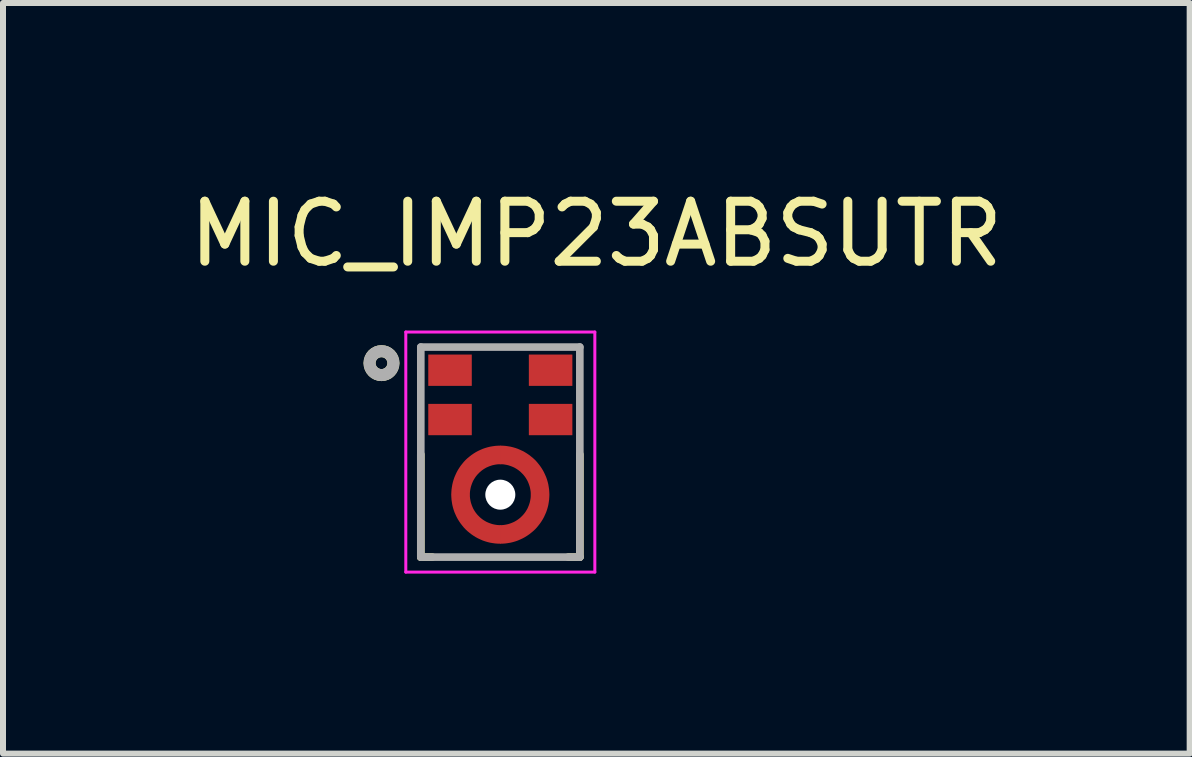
<source format=kicad_pcb>
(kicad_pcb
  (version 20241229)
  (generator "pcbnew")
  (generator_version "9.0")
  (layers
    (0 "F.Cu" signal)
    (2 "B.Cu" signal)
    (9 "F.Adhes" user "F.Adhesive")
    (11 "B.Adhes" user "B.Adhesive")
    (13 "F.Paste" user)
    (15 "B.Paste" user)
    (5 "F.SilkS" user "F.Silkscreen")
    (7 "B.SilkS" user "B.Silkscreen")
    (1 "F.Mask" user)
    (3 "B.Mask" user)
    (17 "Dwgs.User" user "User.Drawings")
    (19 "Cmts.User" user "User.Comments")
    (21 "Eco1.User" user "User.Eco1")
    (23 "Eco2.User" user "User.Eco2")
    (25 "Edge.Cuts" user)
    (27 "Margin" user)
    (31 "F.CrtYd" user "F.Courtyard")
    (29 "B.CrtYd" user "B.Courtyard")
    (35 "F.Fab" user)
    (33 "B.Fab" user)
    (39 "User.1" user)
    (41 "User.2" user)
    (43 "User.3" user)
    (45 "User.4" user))
  (footprint "MIC_IMP23ABSUTR"
    (layer "F.Cu")
    (at 5.287 4.483)
    (property "Reference" "MIC_IMP23ABSUTR" (at 1.6 -3.635 0) (layer "F.SilkS") (effects (font (size 1 1) (thickness 0.15))))
    (attr smd)
    (fp_poly (pts (xy 0 -0.203) (xy 0 0.297) (xy -0.022 0.298) (xy -0.043 0.3) (xy -0.065 0.303) (xy -0.086 0.307) (xy -0.107 0.312) (xy -0.127 0.318) (xy -0.148 0.325) (xy -0.168 0.333) (xy -0.187 0.342) (xy -0.206 0.353) (xy -0.225 0.364) (xy -0.242 0.376) (xy -0.26 0.389) (xy -0.276 0.403) (xy -0.292 0.418) (xy -0.307 0.434) (xy -0.321 0.45) (xy -0.334 0.468) (xy -0.346 0.485) (xy -0.357 0.504) (xy -0.368 0.523) (xy -0.377 0.542) (xy -0.385 0.562) (xy -0.392 0.583) (xy -0.398 0.603) (xy -0.403 0.624) (xy -0.407 0.645) (xy -0.41 0.667) (xy -0.412 0.688) (xy -0.412 0.71) (xy -0.412 0.732) (xy -0.41 0.753) (xy -0.407 0.775) (xy -0.403 0.796) (xy -0.398 0.817) (xy -0.392 0.837) (xy -0.385 0.858) (xy -0.377 0.878) (xy -0.368 0.897) (xy -0.357 0.916) (xy -0.346 0.935) (xy -0.334 0.952) (xy -0.321 0.97) (xy -0.307 0.986) (xy -0.292 1.002) (xy -0.276 1.017) (xy -0.26 1.031) (xy -0.242 1.044) (xy -0.225 1.056) (xy -0.206 1.067) (xy -0.187 1.078) (xy -0.168 1.087) (xy -0.148 1.095) (xy -0.127 1.102) (xy -0.107 1.108) (xy -0.086 1.113) (xy -0.065 1.117) (xy -0.043 1.12) (xy -0.022 1.122) (xy 0 1.123) (xy 0 1.623) (xy -0.048 1.621) (xy -0.095 1.618) (xy -0.143 1.611) (xy -0.19 1.603) (xy -0.236 1.591) (xy -0.282 1.578) (xy -0.327 1.562) (xy -0.371 1.544) (xy -0.414 1.523) (xy -0.456 1.5) (xy -0.497 1.475) (xy -0.536 1.448) (xy -0.574 1.419) (xy -0.611 1.388) (xy -0.645 1.355) (xy -0.678 1.321) (xy -0.709 1.284) (xy -0.738 1.246) (xy -0.765 1.207) (xy -0.79 1.166) (xy -0.813 1.124) (xy -0.834 1.081) (xy -0.852 1.037) (xy -0.868 0.992) (xy -0.881 0.946) (xy -0.893 0.9) (xy -0.901 0.853) (xy -0.908 0.805) (xy -0.911 0.758) (xy -0.912 0.71) (xy -0.911 0.662) (xy -0.908 0.615) (xy -0.901 0.567) (xy -0.893 0.52) (xy -0.881 0.474) (xy -0.868 0.428) (xy -0.852 0.383) (xy -0.834 0.339) (xy -0.813 0.296) (xy -0.79 0.254) (xy -0.765 0.213) (xy -0.738 0.174) (xy -0.709 0.136) (xy -0.678 0.099) (xy -0.645 0.065) (xy -0.611 0.032) (xy -0.574 0.001) (xy -0.536 -0.028) (xy -0.497 -0.055) (xy -0.456 -0.08) (xy -0.414 -0.103) (xy -0.371 -0.124) (xy -0.327 -0.142) (xy -0.282 -0.158) (xy -0.236 -0.171) (xy -0.19 -0.183) (xy -0.143 -0.191) (xy -0.095 -0.198) (xy -0.048 -0.201) (xy 0 -0.203) (xy 0 -0.203)) (stroke (width 0.01) (type solid)) (fill yes) (layer "F.Mask"))
    (fp_poly (pts (xy 0 1.623) (xy 0 1.123) (xy 0.022 1.122) (xy 0.043 1.12) (xy 0.065 1.117) (xy 0.086 1.113) (xy 0.107 1.108) (xy 0.127 1.102) (xy 0.148 1.095) (xy 0.168 1.087) (xy 0.187 1.078) (xy 0.206 1.067) (xy 0.225 1.056) (xy 0.242 1.044) (xy 0.26 1.031) (xy 0.276 1.017) (xy 0.292 1.002) (xy 0.307 0.986) (xy 0.321 0.97) (xy 0.334 0.952) (xy 0.346 0.935) (xy 0.357 0.916) (xy 0.368 0.897) (xy 0.377 0.878) (xy 0.385 0.858) (xy 0.392 0.837) (xy 0.398 0.817) (xy 0.403 0.796) (xy 0.407 0.775) (xy 0.41 0.753) (xy 0.412 0.732) (xy 0.412 0.71) (xy 0.412 0.688) (xy 0.41 0.667) (xy 0.407 0.645) (xy 0.403 0.624) (xy 0.398 0.603) (xy 0.392 0.583) (xy 0.385 0.562) (xy 0.377 0.542) (xy 0.368 0.523) (xy 0.357 0.504) (xy 0.346 0.485) (xy 0.334 0.468) (xy 0.321 0.45) (xy 0.307 0.434) (xy 0.292 0.418) (xy 0.276 0.403) (xy 0.26 0.389) (xy 0.242 0.376) (xy 0.225 0.364) (xy 0.206 0.353) (xy 0.187 0.342) (xy 0.168 0.333) (xy 0.148 0.325) (xy 0.127 0.318) (xy 0.107 0.312) (xy 0.086 0.307) (xy 0.065 0.303) (xy 0.043 0.3) (xy 0.022 0.298) (xy 0 0.297) (xy 0 -0.203) (xy 0.048 -0.201) (xy 0.095 -0.198) (xy 0.143 -0.191) (xy 0.19 -0.183) (xy 0.236 -0.171) (xy 0.282 -0.158) (xy 0.327 -0.142) (xy 0.371 -0.124) (xy 0.414 -0.103) (xy 0.456 -0.08) (xy 0.497 -0.055) (xy 0.536 -0.028) (xy 0.574 0.001) (xy 0.611 0.032) (xy 0.645 0.065) (xy 0.678 0.099) (xy 0.709 0.136) (xy 0.738 0.174) (xy 0.765 0.213) (xy 0.79 0.254) (xy 0.813 0.296) (xy 0.834 0.339) (xy 0.852 0.383) (xy 0.868 0.428) (xy 0.881 0.474) (xy 0.893 0.52) (xy 0.901 0.567) (xy 0.908 0.615) (xy 0.911 0.662) (xy 0.912 0.71) (xy 0.911 0.758) (xy 0.908 0.805) (xy 0.901 0.853) (xy 0.893 0.9) (xy 0.881 0.946) (xy 0.868 0.992) (xy 0.852 1.037) (xy 0.834 1.081) (xy 0.813 1.124) (xy 0.79 1.166) (xy 0.765 1.207) (xy 0.738 1.246) (xy 0.709 1.284) (xy 0.678 1.321) (xy 0.645 1.355) (xy 0.611 1.388) (xy 0.574 1.419) (xy 0.536 1.448) (xy 0.497 1.475) (xy 0.456 1.5) (xy 0.414 1.523) (xy 0.371 1.544) (xy 0.327 1.562) (xy 0.282 1.578) (xy 0.236 1.591) (xy 0.19 1.603) (xy 0.143 1.611) (xy 0.095 1.618) (xy 0.048 1.621) (xy 0 1.623) (xy 0 1.623)) (stroke (width 0.01) (type solid)) (fill yes) (layer "F.Mask"))
    (fp_line (start -1.325 1.75) (end -1.325 0.039) (stroke (width 0.127) (type solid)) (layer "F.SilkS"))
    (fp_line (start -1.133 1.75) (end -1.325 1.75) (stroke (width 0.127) (type solid)) (layer "F.SilkS"))
    (fp_line (start 1.325 1.75) (end 1.133 1.75) (stroke (width 0.127) (type solid)) (layer "F.SilkS"))
    (fp_line (start 1.325 1.75) (end 1.325 0.039) (stroke (width 0.127) (type solid)) (layer "F.SilkS"))
    (fp_circle (center -1.98 -1.482) (end -1.881 -1.482) (stroke (width 0.2) (type solid)) (fill no) (layer "F.SilkS"))
    (fp_poly (pts (xy -1.157 -1.594) (xy -0.517 -1.594) (xy -0.517 -1.134) (xy -1.157 -1.134)) (stroke (width 0.01) (type solid)) (fill yes) (layer "F.Paste"))
    (fp_poly (pts (xy -1.157 -0.772) (xy -0.517 -0.772) (xy -0.517 -0.312) (xy -1.157 -0.312)) (stroke (width 0.01) (type solid)) (fill yes) (layer "F.Paste"))
    (fp_poly (pts (xy 0.517 -1.594) (xy 1.157 -1.594) (xy 1.157 -1.134) (xy 0.517 -1.134)) (stroke (width 0.01) (type solid)) (fill yes) (layer "F.Paste"))
    (fp_poly (pts (xy 0.517 -0.772) (xy 1.157 -0.772) (xy 1.157 -0.312) (xy 0.517 -0.312)) (stroke (width 0.01) (type solid)) (fill yes) (layer "F.Paste"))
    (fp_poly (pts (xy -0.15 1.51) (xy -0.15 1.2) (xy -0.151 1.2) (xy -0.171 1.194) (xy -0.191 1.186) (xy -0.211 1.177) (xy -0.231 1.168) (xy -0.25 1.158) (xy -0.269 1.147) (xy -0.287 1.135) (xy -0.305 1.122) (xy -0.322 1.109) (xy -0.339 1.095) (xy -0.355 1.08) (xy -0.37 1.065) (xy -0.385 1.049) (xy -0.399 1.032) (xy -0.412 1.015) (xy -0.425 0.997) (xy -0.436 0.979) (xy -0.447 0.96) (xy -0.458 0.941) (xy -0.467 0.922) (xy -0.476 0.901) (xy -0.483 0.881) (xy -0.49 0.86) (xy -0.496 0.84) (xy -0.501 0.818) (xy -0.505 0.797) (xy -0.508 0.776) (xy -0.511 0.754) (xy -0.512 0.732) (xy -0.512 0.71) (xy -0.512 0.686) (xy -0.511 0.665) (xy -0.508 0.643) (xy -0.505 0.622) (xy -0.501 0.6) (xy -0.496 0.579) (xy -0.49 0.559) (xy -0.483 0.538) (xy -0.476 0.518) (xy -0.467 0.498) (xy -0.458 0.478) (xy -0.448 0.459) (xy -0.437 0.441) (xy -0.425 0.422) (xy -0.413 0.405) (xy -0.399 0.388) (xy -0.385 0.371) (xy -0.371 0.355) (xy -0.355 0.34) (xy -0.34 0.325) (xy -0.323 0.311) (xy -0.306 0.298) (xy -0.288 0.286) (xy -0.27 0.274) (xy -0.251 0.263) (xy -0.232 0.253) (xy -0.213 0.244) (xy -0.193 0.235) (xy -0.173 0.227) (xy -0.15 0.22) (xy -0.15 -0.09) (xy -0.192 -0.081) (xy -0.228 -0.071) (xy -0.263 -0.06) (xy -0.298 -0.047) (xy -0.333 -0.033) (xy -0.366 -0.017) (xy -0.399 0.001) (xy -0.431 0.02) (xy -0.463 0.041) (xy -0.493 0.062) (xy -0.522 0.086) (xy -0.55 0.11) (xy -0.577 0.136) (xy -0.603 0.163) (xy -0.627 0.192) (xy -0.65 0.221) (xy -0.672 0.251) (xy -0.692 0.283) (xy -0.711 0.315) (xy -0.728 0.348) (xy -0.744 0.382) (xy -0.758 0.416) (xy -0.771 0.452) (xy -0.782 0.487) (xy -0.791 0.523) (xy -0.799 0.56) (xy -0.805 0.597) (xy -0.809 0.634) (xy -0.812 0.671) (xy -0.813 0.71) (xy -0.812 0.745) (xy -0.809 0.783) (xy -0.805 0.82) (xy -0.799 0.857) (xy -0.791 0.894) (xy -0.782 0.93) (xy -0.771 0.966) (xy -0.758 1.001) (xy -0.744 1.036) (xy -0.728 1.07) (xy -0.71 1.103) (xy -0.691 1.136) (xy -0.671 1.167) (xy -0.649 1.198) (xy -0.626 1.227) (xy -0.601 1.256) (xy -0.575 1.283) (xy -0.548 1.309) (xy -0.52 1.334) (xy -0.491 1.357) (xy -0.46 1.379) (xy -0.429 1.4) (xy -0.397 1.419) (xy -0.364 1.437) (xy -0.33 1.453) (xy -0.295 1.468) (xy -0.26 1.481) (xy -0.224 1.492) (xy -0.188 1.502) (xy -0.15 1.51)) (stroke (width 0.01) (type solid)) (fill yes) (layer "F.Paste"))
    (fp_poly (pts (xy 0.15 -0.09) (xy 0.15 0.22) (xy 0.151 0.22) (xy 0.171 0.226) (xy 0.191 0.234) (xy 0.211 0.243) (xy 0.231 0.252) (xy 0.25 0.262) (xy 0.269 0.273) (xy 0.287 0.285) (xy 0.305 0.298) (xy 0.322 0.311) (xy 0.339 0.325) (xy 0.355 0.34) (xy 0.37 0.355) (xy 0.385 0.371) (xy 0.399 0.388) (xy 0.412 0.405) (xy 0.425 0.423) (xy 0.436 0.441) (xy 0.447 0.46) (xy 0.458 0.479) (xy 0.467 0.498) (xy 0.476 0.519) (xy 0.483 0.539) (xy 0.49 0.56) (xy 0.496 0.58) (xy 0.501 0.602) (xy 0.505 0.623) (xy 0.508 0.644) (xy 0.511 0.666) (xy 0.512 0.688) (xy 0.512 0.71) (xy 0.512 0.734) (xy 0.511 0.755) (xy 0.508 0.777) (xy 0.505 0.798) (xy 0.501 0.82) (xy 0.496 0.841) (xy 0.49 0.861) (xy 0.483 0.882) (xy 0.476 0.902) (xy 0.467 0.922) (xy 0.458 0.942) (xy 0.448 0.961) (xy 0.437 0.979) (xy 0.425 0.998) (xy 0.413 1.015) (xy 0.399 1.032) (xy 0.385 1.049) (xy 0.371 1.065) (xy 0.355 1.08) (xy 0.34 1.095) (xy 0.323 1.109) (xy 0.306 1.122) (xy 0.288 1.134) (xy 0.27 1.146) (xy 0.251 1.157) (xy 0.232 1.167) (xy 0.213 1.176) (xy 0.193 1.185) (xy 0.173 1.193) (xy 0.15 1.2) (xy 0.15 1.51) (xy 0.192 1.501) (xy 0.228 1.491) (xy 0.263 1.48) (xy 0.298 1.467) (xy 0.333 1.453) (xy 0.366 1.437) (xy 0.399 1.419) (xy 0.431 1.4) (xy 0.463 1.379) (xy 0.493 1.358) (xy 0.522 1.334) (xy 0.55 1.31) (xy 0.577 1.284) (xy 0.603 1.257) (xy 0.627 1.228) (xy 0.65 1.199) (xy 0.672 1.169) (xy 0.692 1.137) (xy 0.711 1.105) (xy 0.728 1.072) (xy 0.744 1.038) (xy 0.758 1.004) (xy 0.771 0.968) (xy 0.782 0.933) (xy 0.791 0.897) (xy 0.799 0.86) (xy 0.805 0.823) (xy 0.809 0.786) (xy 0.812 0.749) (xy 0.813 0.71) (xy 0.812 0.675) (xy 0.809 0.637) (xy 0.805 0.6) (xy 0.799 0.563) (xy 0.791 0.526) (xy 0.782 0.49) (xy 0.771 0.454) (xy 0.758 0.419) (xy 0.744 0.384) (xy 0.728 0.35) (xy 0.71 0.317) (xy 0.691 0.284) (xy 0.671 0.253) (xy 0.649 0.222) (xy 0.626 0.193) (xy 0.601 0.164) (xy 0.575 0.137) (xy 0.548 0.111) (xy 0.52 0.086) (xy 0.491 0.063) (xy 0.46 0.041) (xy 0.429 0.02) (xy 0.397 0.001) (xy 0.364 -0.017) (xy 0.33 -0.033) (xy 0.295 -0.048) (xy 0.26 -0.061) (xy 0.224 -0.072) (xy 0.188 -0.082) (xy 0.15 -0.09)) (stroke (width 0.01) (type solid)) (fill yes) (layer "F.Paste"))
    (fp_line (start -1.575 -2) (end -1.575 2) (stroke (width 0.05) (type solid)) (layer "F.CrtYd"))
    (fp_line (start -1.575 2) (end 1.575 2) (stroke (width 0.05) (type solid)) (layer "F.CrtYd"))
    (fp_line (start 1.575 -2) (end -1.575 -2) (stroke (width 0.05) (type solid)) (layer "F.CrtYd"))
    (fp_line (start 1.575 2) (end 1.575 -2) (stroke (width 0.05) (type solid)) (layer "F.CrtYd"))
    (fp_line (start -1.325 -1.75) (end 1.325 -1.75) (stroke (width 0.127) (type solid)) (layer "F.Fab"))
    (fp_line (start -1.325 1.75) (end -1.325 -1.75) (stroke (width 0.127) (type solid)) (layer "F.Fab"))
    (fp_line (start 1.325 -1.75) (end 1.325 1.75) (stroke (width 0.127) (type solid)) (layer "F.Fab"))
    (fp_line (start 1.325 1.75) (end -1.325 1.75) (stroke (width 0.127) (type solid)) (layer "F.Fab"))
    (fp_circle (center -1.98 -1.482) (end -1.881 -1.482) (stroke (width 0.2) (type solid)) (fill no) (layer "F.Fab"))
    (pad "" np_thru_hole circle (at 0 0.71) (size 0.5 0.5) (drill 0.5) (layers "*.Cu" "*.Mask"))
    (pad "1" smd rect (at -0.838 -1.364) (size 0.725 0.522) (layers "F.Cu" "F.Mask"))
    (pad "2" smd rect (at -0.838 -0.542) (size 0.725 0.522) (layers "F.Cu" "F.Mask"))
    (pad "3_1" smd custom (at -0.65 0.71) (size 0.1 0.1) (layers "F.Cu") (options (anchor rect)) (primitives (gr_poly (pts (xy 0.65 0.812) (xy 0.65 0.514) (xy 0.65 0.513) (xy 0.651 0.513) (xy 0.65 0.512) (xy 0.623 0.512) (xy 0.596 0.51) (xy 0.57 0.506) (xy 0.543 0.501) (xy 0.517 0.495) (xy 0.492 0.487) (xy 0.466 0.478) (xy 0.442 0.468) (xy 0.417 0.457) (xy 0.394 0.444) (xy 0.371 0.43) (xy 0.349 0.415) (xy 0.327 0.398) (xy 0.307 0.381) (xy 0.288 0.362) (xy 0.269 0.343) (xy 0.252 0.323) (xy 0.235 0.301) (xy 0.22 0.279) (xy 0.206 0.256) (xy 0.193 0.233) (xy 0.182 0.208) (xy 0.172 0.184) (xy 0.163 0.158) (xy 0.155 0.133) (xy 0.149 0.107) (xy 0.144 0.08) (xy 0.14 0.054) (xy 0.138 0.027) (xy 0.138 0) (xy 0.138 -0.027) (xy 0.14 -0.054) (xy 0.144 -0.08) (xy 0.149 -0.107) (xy 0.155 -0.133) (xy 0.163 -0.158) (xy 0.172 -0.184) (xy 0.182 -0.208) (xy 0.193 -0.233) (xy 0.206 -0.256) (xy 0.22 -0.279) (xy 0.235 -0.301) (xy 0.252 -0.323) (xy 0.269 -0.343) (xy 0.288 -0.362) (xy 0.307 -0.381) (xy 0.327 -0.398) (xy 0.349 -0.415) (xy 0.371 -0.43) (xy 0.394 -0.444) (xy 0.417 -0.457) (xy 0.442 -0.468) (xy 0.466 -0.478) (xy 0.492 -0.487) (xy 0.517 -0.495) (xy 0.543 -0.501) (xy 0.57 -0.506) (xy 0.596 -0.51) (xy 0.623 -0.512) (xy 0.65 -0.512) (xy 0.65 -0.812) (xy 0.607 -0.811) (xy 0.565 -0.808) (xy 0.523 -0.802) (xy 0.481 -0.795) (xy 0.44 -0.785) (xy 0.399 -0.773) (xy 0.359 -0.759) (xy 0.32 -0.742) (xy 0.281 -0.724) (xy 0.244 -0.704) (xy 0.207 -0.681) (xy 0.172 -0.657) (xy 0.139 -0.631) (xy 0.106 -0.604) (xy 0.075 -0.575) (xy 0.046 -0.544) (xy 0.019 -0.511) (xy -0.007 -0.478) (xy -0.031 -0.443) (xy -0.054 -0.406) (xy -0.074 -0.369) (xy -0.092 -0.33) (xy -0.109 -0.291) (xy -0.123 -0.251) (xy -0.135 -0.21) (xy -0.145 -0.169) (xy -0.152 -0.127) (xy -0.158 -0.085) (xy -0.161 -0.043) (xy -0.163 0) (xy -0.161 0.043) (xy -0.158 0.085) (xy -0.152 0.127) (xy -0.145 0.169) (xy -0.135 0.21) (xy -0.123 0.251) (xy -0.109 0.291) (xy -0.092 0.33) (xy -0.074 0.369) (xy -0.054 0.406) (xy -0.031 0.443) (xy -0.007 0.478) (xy 0.019 0.511) (xy 0.046 0.544) (xy 0.075 0.575) (xy 0.106 0.604) (xy 0.139 0.631) (xy 0.172 0.657) (xy 0.207 0.681) (xy 0.244 0.704) (xy 0.281 0.724) (xy 0.32 0.742) (xy 0.359 0.759) (xy 0.399 0.773) (xy 0.44 0.785) (xy 0.481 0.795) (xy 0.523 0.802) (xy 0.565 0.808) (xy 0.607 0.811) (xy 0.65 0.812) (xy 0.65 0.812)) (width 0.01) (fill yes))))
    (pad "3_2" smd custom (at 0.65 0.71) (size 0.1 0.1) (layers "F.Cu") (options (anchor rect)) (primitives (gr_poly (pts (xy -0.65 0.812) (xy -0.65 0.514) (xy -0.65 0.513) (xy -0.651 0.513) (xy -0.65 0.512) (xy -0.623 0.512) (xy -0.596 0.51) (xy -0.57 0.506) (xy -0.543 0.501) (xy -0.517 0.495) (xy -0.492 0.487) (xy -0.466 0.478) (xy -0.442 0.468) (xy -0.417 0.457) (xy -0.394 0.444) (xy -0.371 0.43) (xy -0.349 0.415) (xy -0.327 0.398) (xy -0.307 0.381) (xy -0.288 0.362) (xy -0.269 0.343) (xy -0.252 0.323) (xy -0.235 0.301) (xy -0.22 0.279) (xy -0.206 0.256) (xy -0.193 0.233) (xy -0.182 0.208) (xy -0.172 0.184) (xy -0.163 0.158) (xy -0.155 0.133) (xy -0.149 0.107) (xy -0.144 0.08) (xy -0.14 0.054) (xy -0.138 0.027) (xy -0.138 0) (xy -0.138 -0.027) (xy -0.14 -0.054) (xy -0.144 -0.08) (xy -0.149 -0.107) (xy -0.155 -0.133) (xy -0.163 -0.158) (xy -0.172 -0.184) (xy -0.182 -0.208) (xy -0.193 -0.233) (xy -0.206 -0.256) (xy -0.22 -0.279) (xy -0.235 -0.301) (xy -0.252 -0.323) (xy -0.269 -0.343) (xy -0.288 -0.362) (xy -0.307 -0.381) (xy -0.327 -0.398) (xy -0.349 -0.415) (xy -0.371 -0.43) (xy -0.394 -0.444) (xy -0.417 -0.457) (xy -0.442 -0.468) (xy -0.466 -0.478) (xy -0.492 -0.487) (xy -0.517 -0.495) (xy -0.543 -0.501) (xy -0.57 -0.506) (xy -0.596 -0.51) (xy -0.623 -0.512) (xy -0.65 -0.512) (xy -0.65 -0.812) (xy -0.607 -0.811) (xy -0.565 -0.808) (xy -0.523 -0.802) (xy -0.481 -0.795) (xy -0.44 -0.785) (xy -0.399 -0.773) (xy -0.359 -0.759) (xy -0.32 -0.742) (xy -0.281 -0.724) (xy -0.244 -0.704) (xy -0.207 -0.681) (xy -0.172 -0.657) (xy -0.139 -0.631) (xy -0.106 -0.604) (xy -0.075 -0.575) (xy -0.046 -0.544) (xy -0.019 -0.511) (xy 0.007 -0.478) (xy 0.031 -0.443) (xy 0.054 -0.406) (xy 0.074 -0.369) (xy 0.092 -0.33) (xy 0.109 -0.291) (xy 0.123 -0.251) (xy 0.135 -0.21) (xy 0.145 -0.169) (xy 0.152 -0.127) (xy 0.158 -0.085) (xy 0.161 -0.043) (xy 0.163 0) (xy 0.161 0.043) (xy 0.158 0.085) (xy 0.152 0.127) (xy 0.145 0.169) (xy 0.135 0.21) (xy 0.123 0.251) (xy 0.109 0.291) (xy 0.092 0.33) (xy 0.074 0.369) (xy 0.054 0.406) (xy 0.031 0.443) (xy 0.007 0.478) (xy -0.019 0.511) (xy -0.046 0.544) (xy -0.075 0.575) (xy -0.106 0.604) (xy -0.139 0.631) (xy -0.172 0.657) (xy -0.207 0.681) (xy -0.244 0.704) (xy -0.281 0.724) (xy -0.32 0.742) (xy -0.359 0.759) (xy -0.399 0.773) (xy -0.44 0.785) (xy -0.481 0.795) (xy -0.523 0.802) (xy -0.565 0.808) (xy -0.607 0.811) (xy -0.65 0.812) (xy -0.65 0.812)) (width 0.01) (fill yes))))
    (pad "4" smd rect (at 0.838 -0.542) (size 0.725 0.522) (layers "F.Cu" "F.Mask"))
    (pad "5" smd rect (at 0.838 -1.364) (size 0.725 0.522) (layers "F.Cu" "F.Mask")))
  (gr_rect
    (start -3 -3)
    (end 16.774 9.508)
    (stroke (width 0.1) (type default))
    (fill no)
    (layer "Edge.Cuts")))
</source>
